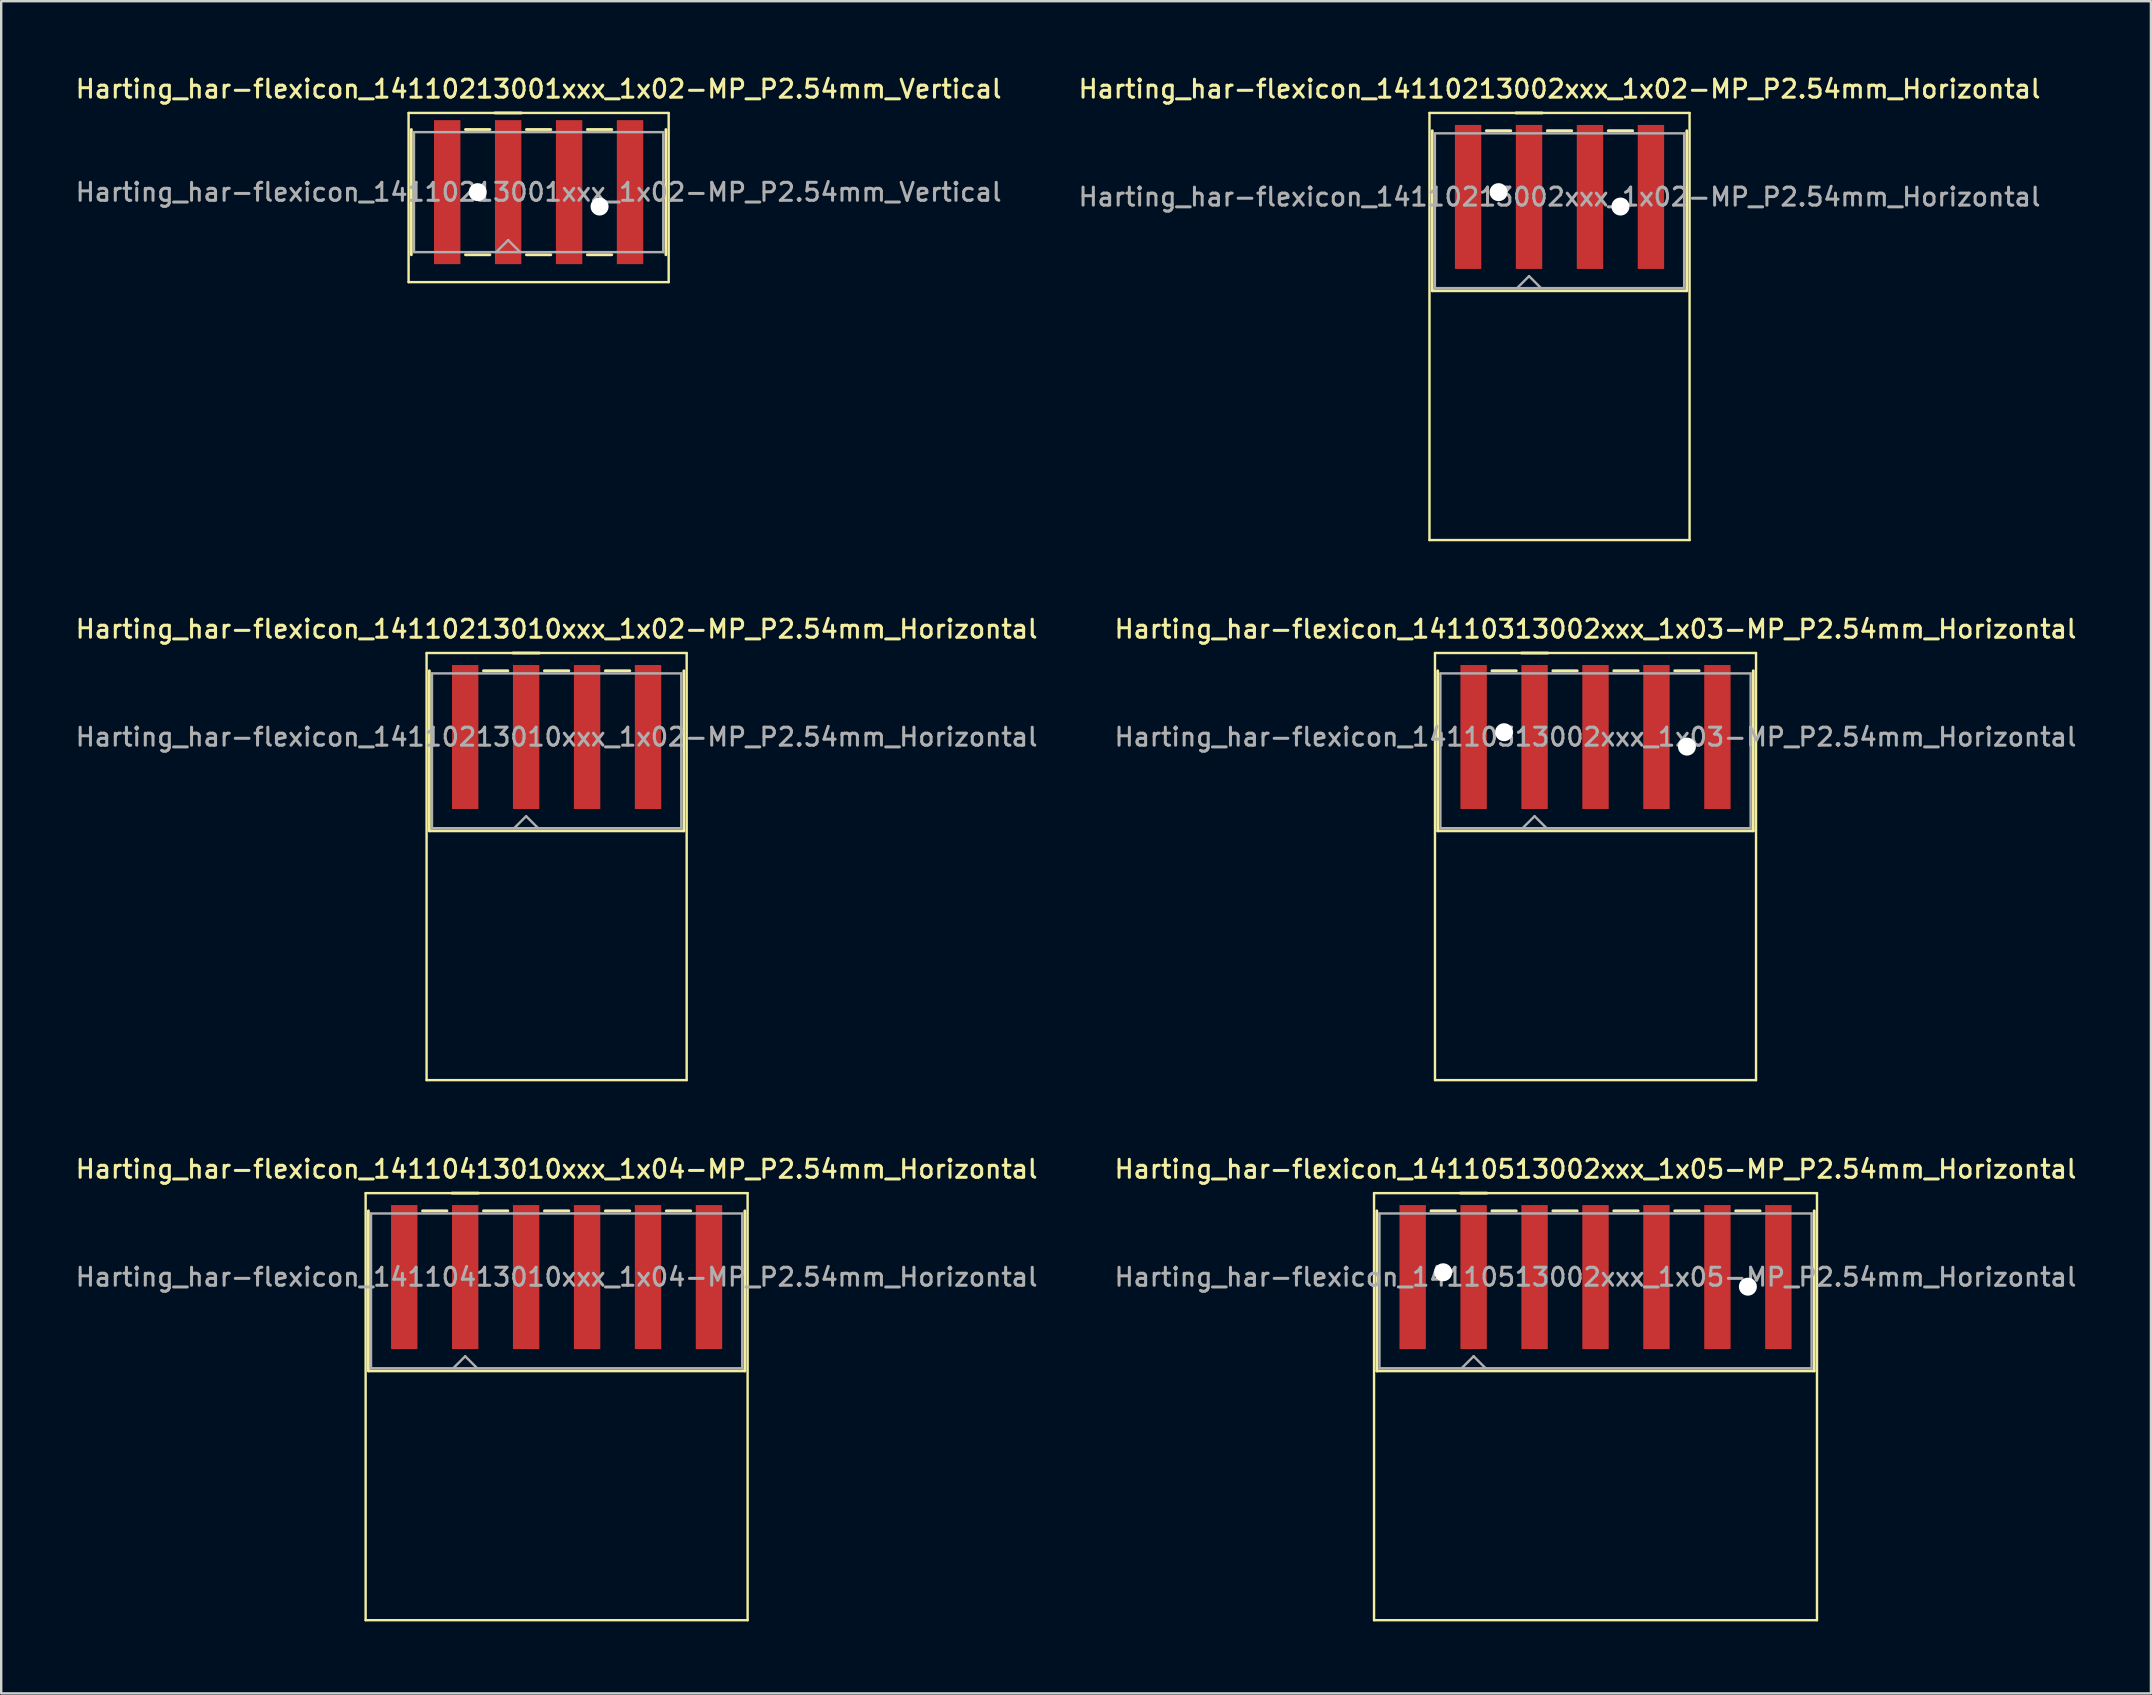
<source format=kicad_pcb>
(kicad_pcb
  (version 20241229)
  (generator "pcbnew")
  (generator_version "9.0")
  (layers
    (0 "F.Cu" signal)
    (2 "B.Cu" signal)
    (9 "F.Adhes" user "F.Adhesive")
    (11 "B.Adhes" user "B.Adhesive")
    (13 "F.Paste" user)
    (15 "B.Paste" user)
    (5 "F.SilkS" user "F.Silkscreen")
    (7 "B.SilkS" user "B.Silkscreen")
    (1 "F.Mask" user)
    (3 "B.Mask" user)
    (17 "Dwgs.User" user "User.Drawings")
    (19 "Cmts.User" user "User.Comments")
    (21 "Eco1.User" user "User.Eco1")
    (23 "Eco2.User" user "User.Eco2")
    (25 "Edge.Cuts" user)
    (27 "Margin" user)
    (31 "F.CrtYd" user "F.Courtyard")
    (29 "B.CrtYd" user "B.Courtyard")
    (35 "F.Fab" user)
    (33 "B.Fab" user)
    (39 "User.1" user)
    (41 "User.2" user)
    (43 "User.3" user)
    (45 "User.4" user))
  (footprint "Harting_har-flexicon_14110313002xxx_1x03-MP_P2.54mm_Horizontal"
    (layer "F.Cu")
    (at 63.445 28.966)
    (property "Reference" "Harting_har-flexicon_14110313002xxx_1x03-MP_P2.54mm_Horizontal" (at 0 -5.8 0) (layer "F.SilkS") (effects (font (size 0.75 0.75) (thickness 0.125))))
    (attr smd)
    (fp_line (start -6.69 -4.8) (end -6.69 13) (stroke (width 0.1) (type solid)) (layer "F.SilkS"))
    (fp_line (start -6.69 13) (end 6.69 13) (stroke (width 0.1) (type solid)) (layer "F.SilkS"))
    (fp_line (start -6.575 -4.06) (end -6.575 2.61) (stroke (width 0.12) (type solid)) (layer "F.SilkS"))
    (fp_line (start -4.318 -4.06) (end -3.302 -4.06) (stroke (width 0.12) (type solid)) (layer "F.SilkS"))
    (fp_line (start -3.09 -4.8) (end -1.99 -4.8) (stroke (width 0.12) (type solid)) (layer "F.SilkS"))
    (fp_line (start -1.778 -4.06) (end -0.762 -4.06) (stroke (width 0.12) (type solid)) (layer "F.SilkS"))
    (fp_line (start 0.762 -4.06) (end 1.778 -4.06) (stroke (width 0.12) (type solid)) (layer "F.SilkS"))
    (fp_line (start 3.302 -4.06) (end 4.318 -4.06) (stroke (width 0.12) (type solid)) (layer "F.SilkS"))
    (fp_line (start 6.575 -4.06) (end 6.575 2.61) (stroke (width 0.12) (type solid)) (layer "F.SilkS"))
    (fp_line (start 6.575 2.61) (end -6.575 2.61) (stroke (width 0.12) (type solid)) (layer "F.SilkS"))
    (fp_line (start 6.69 -4.8) (end -6.69 -4.8) (stroke (width 0.1) (type solid)) (layer "F.SilkS"))
    (fp_line (start 6.69 13) (end 6.69 -4.8) (stroke (width 0.1) (type solid)) (layer "F.SilkS"))
    (fp_line (start -6.465 -3.95) (end -6.465 2.5) (stroke (width 0.1) (type solid)) (layer "F.Fab"))
    (fp_line (start -6.465 2.5) (end 6.465 2.5) (stroke (width 0.1) (type solid)) (layer "F.Fab"))
    (fp_line (start -3.04 2.5) (end -2.54 2) (stroke (width 0.1) (type solid)) (layer "F.Fab"))
    (fp_line (start -2.54 2) (end -2.04 2.5) (stroke (width 0.1) (type solid)) (layer "F.Fab"))
    (fp_line (start 6.465 -3.95) (end -6.465 -3.95) (stroke (width 0.1) (type solid)) (layer "F.Fab"))
    (fp_line (start 6.465 2.5) (end 6.465 -3.95) (stroke (width 0.1) (type solid)) (layer "F.Fab"))
    (fp_text user "${REFERENCE}" (at 0 -1.3 0) (layer "F.Fab") (effects (font (size 0.75 0.75) (thickness 0.125))))
    (pad "" np_thru_hole circle (at -3.81 -1.5) (size 0.75 0.75) (drill 1) (layers "*.Cu" "*.Mask"))
    (pad "" np_thru_hole circle (at 3.81 -0.9) (size 0.75 0.75) (drill 1) (layers "*.Cu" "*.Mask"))
    (pad "1" smd rect (at -2.54 -1.3) (size 1.1 6) (layers "F.Cu" "F.Mask" "F.Paste"))
    (pad "2" smd rect (at 0 -1.3) (size 1.1 6) (layers "F.Cu" "F.Mask" "F.Paste"))
    (pad "3" smd rect (at 2.54 -1.3) (size 1.1 6) (layers "F.Cu" "F.Mask" "F.Paste"))
    (pad "MP" smd rect (at -5.08 -1.3) (size 1.1 6) (layers "F.Cu" "F.Mask" "F.Paste"))
    (pad "MP" smd rect (at 5.08 -1.3) (size 1.1 6) (layers "F.Cu" "F.Mask" "F.Paste")))
  (footprint "Harting_har-flexicon_14110213010xxx_1x02-MP_P2.54mm_Horizontal"
    (layer "F.Cu")
    (at 20.148 28.966)
    (property "Reference" "Harting_har-flexicon_14110213010xxx_1x02-MP_P2.54mm_Horizontal" (at 0 -5.8 0) (layer "F.SilkS") (effects (font (size 0.75 0.75) (thickness 0.125))))
    (attr smd)
    (fp_line (start -5.42 -4.8) (end -5.42 13) (stroke (width 0.1) (type solid)) (layer "F.SilkS"))
    (fp_line (start -5.42 13) (end 5.42 13) (stroke (width 0.1) (type solid)) (layer "F.SilkS"))
    (fp_line (start -5.305 -4.06) (end -5.305 2.61) (stroke (width 0.12) (type solid)) (layer "F.SilkS"))
    (fp_line (start -3.048 -4.06) (end -2.032 -4.06) (stroke (width 0.12) (type solid)) (layer "F.SilkS"))
    (fp_line (start -1.82 -4.8) (end -0.72 -4.8) (stroke (width 0.12) (type solid)) (layer "F.SilkS"))
    (fp_line (start -0.508 -4.06) (end 0.508 -4.06) (stroke (width 0.12) (type solid)) (layer "F.SilkS"))
    (fp_line (start 2.032 -4.06) (end 3.048 -4.06) (stroke (width 0.12) (type solid)) (layer "F.SilkS"))
    (fp_line (start 5.305 -4.06) (end 5.305 2.61) (stroke (width 0.12) (type solid)) (layer "F.SilkS"))
    (fp_line (start 5.305 2.61) (end -5.305 2.61) (stroke (width 0.12) (type solid)) (layer "F.SilkS"))
    (fp_line (start 5.42 -4.8) (end -5.42 -4.8) (stroke (width 0.1) (type solid)) (layer "F.SilkS"))
    (fp_line (start 5.42 13) (end 5.42 -4.8) (stroke (width 0.1) (type solid)) (layer "F.SilkS"))
    (fp_line (start -5.195 -3.95) (end -5.195 2.5) (stroke (width 0.1) (type solid)) (layer "F.Fab"))
    (fp_line (start -5.195 2.5) (end 5.195 2.5) (stroke (width 0.1) (type solid)) (layer "F.Fab"))
    (fp_line (start -1.77 2.5) (end -1.27 2) (stroke (width 0.1) (type solid)) (layer "F.Fab"))
    (fp_line (start -1.27 2) (end -0.77 2.5) (stroke (width 0.1) (type solid)) (layer "F.Fab"))
    (fp_line (start 5.195 -3.95) (end -5.195 -3.95) (stroke (width 0.1) (type solid)) (layer "F.Fab"))
    (fp_line (start 5.195 2.5) (end 5.195 -3.95) (stroke (width 0.1) (type solid)) (layer "F.Fab"))
    (fp_text user "${REFERENCE}" (at 0 -1.3 0) (layer "F.Fab") (effects (font (size 0.75 0.75) (thickness 0.125))))
    (pad "1" smd rect (at -1.27 -1.3) (size 1.1 6) (layers "F.Cu" "F.Mask" "F.Paste"))
    (pad "2" smd rect (at 1.27 -1.3) (size 1.1 6) (layers "F.Cu" "F.Mask" "F.Paste"))
    (pad "MP" smd rect (at -3.81 -1.3) (size 1.1 6) (layers "F.Cu" "F.Mask" "F.Paste"))
    (pad "MP" smd rect (at 3.81 -1.3) (size 1.1 6) (layers "F.Cu" "F.Mask" "F.Paste")))
  (footprint "Harting_har-flexicon_14110213001xxx_1x02-MP_P2.54mm_Vertical"
    (layer "F.Cu")
    (at 19.398 4.958)
    (property "Reference" "Harting_har-flexicon_14110213001xxx_1x02-MP_P2.54mm_Vertical" (at 0 -4.3 0) (layer "F.SilkS") (effects (font (size 0.75 0.75) (thickness 0.125))))
    (attr smd)
    (fp_line (start -5.42 -3.3) (end -5.42 3.75) (stroke (width 0.1) (type solid)) (layer "F.SilkS"))
    (fp_line (start -5.42 3.75) (end 5.42 3.75) (stroke (width 0.1) (type solid)) (layer "F.SilkS"))
    (fp_line (start -5.305 -2.61) (end -5.305 2.61) (stroke (width 0.12) (type solid)) (layer "F.SilkS"))
    (fp_line (start -3.048 -2.61) (end -2.032 -2.61) (stroke (width 0.12) (type solid)) (layer "F.SilkS"))
    (fp_line (start -3.048 2.61) (end -2.032 2.61) (stroke (width 0.12) (type solid)) (layer "F.SilkS"))
    (fp_line (start -1.82 -3.3) (end -0.72 -3.3) (stroke (width 0.12) (type solid)) (layer "F.SilkS"))
    (fp_line (start -0.508 -2.61) (end 0.508 -2.61) (stroke (width 0.12) (type solid)) (layer "F.SilkS"))
    (fp_line (start -0.508 2.61) (end 0.508 2.61) (stroke (width 0.12) (type solid)) (layer "F.SilkS"))
    (fp_line (start 2.032 -2.61) (end 3.048 -2.61) (stroke (width 0.12) (type solid)) (layer "F.SilkS"))
    (fp_line (start 2.032 2.61) (end 3.048 2.61) (stroke (width 0.12) (type solid)) (layer "F.SilkS"))
    (fp_line (start 5.305 -2.61) (end 5.305 2.61) (stroke (width 0.12) (type solid)) (layer "F.SilkS"))
    (fp_line (start 5.42 -3.3) (end -5.42 -3.3) (stroke (width 0.1) (type solid)) (layer "F.SilkS"))
    (fp_line (start 5.42 3.75) (end 5.42 -3.3) (stroke (width 0.1) (type solid)) (layer "F.SilkS"))
    (fp_line (start -5.195 -2.5) (end -5.195 2.5) (stroke (width 0.1) (type solid)) (layer "F.Fab"))
    (fp_line (start -5.195 2.5) (end 5.195 2.5) (stroke (width 0.1) (type solid)) (layer "F.Fab"))
    (fp_line (start -1.77 2.5) (end -1.27 2) (stroke (width 0.1) (type solid)) (layer "F.Fab"))
    (fp_line (start -1.27 2) (end -0.77 2.5) (stroke (width 0.1) (type solid)) (layer "F.Fab"))
    (fp_line (start 5.195 -2.5) (end -5.195 -2.5) (stroke (width 0.1) (type solid)) (layer "F.Fab"))
    (fp_line (start 5.195 2.5) (end 5.195 -2.5) (stroke (width 0.1) (type solid)) (layer "F.Fab"))
    (fp_text user "${REFERENCE}" (at 0 0 0) (layer "F.Fab") (effects (font (size 0.75 0.75) (thickness 0.125))))
    (pad "" np_thru_hole circle (at -2.54 0) (size 0.75 0.75) (drill 1) (layers "*.Cu" "*.Mask"))
    (pad "" np_thru_hole circle (at 2.54 0.6) (size 0.75 0.75) (drill 1) (layers "*.Cu" "*.Mask"))
    (pad "1" smd rect (at -1.27 0) (size 1.1 6) (layers "F.Cu" "F.Mask" "F.Paste"))
    (pad "2" smd rect (at 1.27 0) (size 1.1 6) (layers "F.Cu" "F.Mask" "F.Paste"))
    (pad "MP" smd rect (at -3.81 0) (size 1.1 6) (layers "F.Cu" "F.Mask" "F.Paste"))
    (pad "MP" smd rect (at 3.81 0) (size 1.1 6) (layers "F.Cu" "F.Mask" "F.Paste")))
  (footprint "Harting_har-flexicon_14110513002xxx_1x05-MP_P2.54mm_Horizontal"
    (layer "F.Cu")
    (at 63.445 51.474)
    (property "Reference" "Harting_har-flexicon_14110513002xxx_1x05-MP_P2.54mm_Horizontal" (at 0 -5.8 0) (layer "F.SilkS") (effects (font (size 0.75 0.75) (thickness 0.125))))
    (attr smd)
    (fp_line (start -9.23 -4.8) (end -9.23 13) (stroke (width 0.1) (type solid)) (layer "F.SilkS"))
    (fp_line (start -9.23 13) (end 9.23 13) (stroke (width 0.1) (type solid)) (layer "F.SilkS"))
    (fp_line (start -9.115 -4.06) (end -9.115 2.61) (stroke (width 0.12) (type solid)) (layer "F.SilkS"))
    (fp_line (start -6.858 -4.06) (end -5.842 -4.06) (stroke (width 0.12) (type solid)) (layer "F.SilkS"))
    (fp_line (start -5.63 -4.8) (end -4.53 -4.8) (stroke (width 0.12) (type solid)) (layer "F.SilkS"))
    (fp_line (start -4.318 -4.06) (end -3.302 -4.06) (stroke (width 0.12) (type solid)) (layer "F.SilkS"))
    (fp_line (start -1.778 -4.06) (end -0.762 -4.06) (stroke (width 0.12) (type solid)) (layer "F.SilkS"))
    (fp_line (start 0.762 -4.06) (end 1.778 -4.06) (stroke (width 0.12) (type solid)) (layer "F.SilkS"))
    (fp_line (start 3.302 -4.06) (end 4.318 -4.06) (stroke (width 0.12) (type solid)) (layer "F.SilkS"))
    (fp_line (start 5.842 -4.06) (end 6.858 -4.06) (stroke (width 0.12) (type solid)) (layer "F.SilkS"))
    (fp_line (start 9.115 -4.06) (end 9.115 2.61) (stroke (width 0.12) (type solid)) (layer "F.SilkS"))
    (fp_line (start 9.115 2.61) (end -9.115 2.61) (stroke (width 0.12) (type solid)) (layer "F.SilkS"))
    (fp_line (start 9.23 -4.8) (end -9.23 -4.8) (stroke (width 0.1) (type solid)) (layer "F.SilkS"))
    (fp_line (start 9.23 13) (end 9.23 -4.8) (stroke (width 0.1) (type solid)) (layer "F.SilkS"))
    (fp_line (start -9.005 -3.95) (end -9.005 2.5) (stroke (width 0.1) (type solid)) (layer "F.Fab"))
    (fp_line (start -9.005 2.5) (end 9.005 2.5) (stroke (width 0.1) (type solid)) (layer "F.Fab"))
    (fp_line (start -5.58 2.5) (end -5.08 2) (stroke (width 0.1) (type solid)) (layer "F.Fab"))
    (fp_line (start -5.08 2) (end -4.58 2.5) (stroke (width 0.1) (type solid)) (layer "F.Fab"))
    (fp_line (start 9.005 -3.95) (end -9.005 -3.95) (stroke (width 0.1) (type solid)) (layer "F.Fab"))
    (fp_line (start 9.005 2.5) (end 9.005 -3.95) (stroke (width 0.1) (type solid)) (layer "F.Fab"))
    (fp_text user "${REFERENCE}" (at 0 -1.3 0) (layer "F.Fab") (effects (font (size 0.75 0.75) (thickness 0.125))))
    (pad "" np_thru_hole circle (at -6.35 -1.5) (size 0.75 0.75) (drill 1) (layers "*.Cu" "*.Mask"))
    (pad "" np_thru_hole circle (at 6.35 -0.9) (size 0.75 0.75) (drill 1) (layers "*.Cu" "*.Mask"))
    (pad "1" smd rect (at -5.08 -1.3) (size 1.1 6) (layers "F.Cu" "F.Mask" "F.Paste"))
    (pad "2" smd rect (at -2.54 -1.3) (size 1.1 6) (layers "F.Cu" "F.Mask" "F.Paste"))
    (pad "3" smd rect (at 0 -1.3) (size 1.1 6) (layers "F.Cu" "F.Mask" "F.Paste"))
    (pad "4" smd rect (at 2.54 -1.3) (size 1.1 6) (layers "F.Cu" "F.Mask" "F.Paste"))
    (pad "5" smd rect (at 5.08 -1.3) (size 1.1 6) (layers "F.Cu" "F.Mask" "F.Paste"))
    (pad "MP" smd rect (at -7.62 -1.3) (size 1.1 6) (layers "F.Cu" "F.Mask" "F.Paste"))
    (pad "MP" smd rect (at 7.62 -1.3) (size 1.1 6) (layers "F.Cu" "F.Mask" "F.Paste")))
  (footprint "Harting_har-flexicon_14110413010xxx_1x04-MP_P2.54mm_Horizontal"
    (layer "F.Cu")
    (at 20.148 51.474)
    (property "Reference" "Harting_har-flexicon_14110413010xxx_1x04-MP_P2.54mm_Horizontal" (at 0 -5.8 0) (layer "F.SilkS") (effects (font (size 0.75 0.75) (thickness 0.125))))
    (attr smd)
    (fp_line (start -7.96 -4.8) (end -7.96 13) (stroke (width 0.1) (type solid)) (layer "F.SilkS"))
    (fp_line (start -7.96 13) (end 7.96 13) (stroke (width 0.1) (type solid)) (layer "F.SilkS"))
    (fp_line (start -7.845 -4.06) (end -7.845 2.61) (stroke (width 0.12) (type solid)) (layer "F.SilkS"))
    (fp_line (start -5.588 -4.06) (end -4.572 -4.06) (stroke (width 0.12) (type solid)) (layer "F.SilkS"))
    (fp_line (start -4.36 -4.8) (end -3.26 -4.8) (stroke (width 0.12) (type solid)) (layer "F.SilkS"))
    (fp_line (start -3.048 -4.06) (end -2.032 -4.06) (stroke (width 0.12) (type solid)) (layer "F.SilkS"))
    (fp_line (start -0.508 -4.06) (end 0.508 -4.06) (stroke (width 0.12) (type solid)) (layer "F.SilkS"))
    (fp_line (start 2.032 -4.06) (end 3.048 -4.06) (stroke (width 0.12) (type solid)) (layer "F.SilkS"))
    (fp_line (start 4.572 -4.06) (end 5.588 -4.06) (stroke (width 0.12) (type solid)) (layer "F.SilkS"))
    (fp_line (start 7.845 -4.06) (end 7.845 2.61) (stroke (width 0.12) (type solid)) (layer "F.SilkS"))
    (fp_line (start 7.845 2.61) (end -7.845 2.61) (stroke (width 0.12) (type solid)) (layer "F.SilkS"))
    (fp_line (start 7.96 -4.8) (end -7.96 -4.8) (stroke (width 0.1) (type solid)) (layer "F.SilkS"))
    (fp_line (start 7.96 13) (end 7.96 -4.8) (stroke (width 0.1) (type solid)) (layer "F.SilkS"))
    (fp_line (start -7.735 -3.95) (end -7.735 2.5) (stroke (width 0.1) (type solid)) (layer "F.Fab"))
    (fp_line (start -7.735 2.5) (end 7.735 2.5) (stroke (width 0.1) (type solid)) (layer "F.Fab"))
    (fp_line (start -4.31 2.5) (end -3.81 2) (stroke (width 0.1) (type solid)) (layer "F.Fab"))
    (fp_line (start -3.81 2) (end -3.31 2.5) (stroke (width 0.1) (type solid)) (layer "F.Fab"))
    (fp_line (start 7.735 -3.95) (end -7.735 -3.95) (stroke (width 0.1) (type solid)) (layer "F.Fab"))
    (fp_line (start 7.735 2.5) (end 7.735 -3.95) (stroke (width 0.1) (type solid)) (layer "F.Fab"))
    (fp_text user "${REFERENCE}" (at 0 -1.3 0) (layer "F.Fab") (effects (font (size 0.75 0.75) (thickness 0.125))))
    (pad "1" smd rect (at -3.81 -1.3) (size 1.1 6) (layers "F.Cu" "F.Mask" "F.Paste"))
    (pad "2" smd rect (at -1.27 -1.3) (size 1.1 6) (layers "F.Cu" "F.Mask" "F.Paste"))
    (pad "3" smd rect (at 1.27 -1.3) (size 1.1 6) (layers "F.Cu" "F.Mask" "F.Paste"))
    (pad "4" smd rect (at 3.81 -1.3) (size 1.1 6) (layers "F.Cu" "F.Mask" "F.Paste"))
    (pad "MP" smd rect (at -6.35 -1.3) (size 1.1 6) (layers "F.Cu" "F.Mask" "F.Paste"))
    (pad "MP" smd rect (at 6.35 -1.3) (size 1.1 6) (layers "F.Cu" "F.Mask" "F.Paste")))
  (footprint "Harting_har-flexicon_14110213002xxx_1x02-MP_P2.54mm_Horizontal"
    (layer "F.Cu")
    (at 61.945 6.458)
    (property "Reference" "Harting_har-flexicon_14110213002xxx_1x02-MP_P2.54mm_Horizontal" (at 0 -5.8 0) (layer "F.SilkS") (effects (font (size 0.75 0.75) (thickness 0.125))))
    (attr smd)
    (fp_line (start -5.42 -4.8) (end -5.42 13) (stroke (width 0.1) (type solid)) (layer "F.SilkS"))
    (fp_line (start -5.42 13) (end 5.42 13) (stroke (width 0.1) (type solid)) (layer "F.SilkS"))
    (fp_line (start -5.305 -4.06) (end -5.305 2.61) (stroke (width 0.12) (type solid)) (layer "F.SilkS"))
    (fp_line (start -3.048 -4.06) (end -2.032 -4.06) (stroke (width 0.12) (type solid)) (layer "F.SilkS"))
    (fp_line (start -1.82 -4.8) (end -0.72 -4.8) (stroke (width 0.12) (type solid)) (layer "F.SilkS"))
    (fp_line (start -0.508 -4.06) (end 0.508 -4.06) (stroke (width 0.12) (type solid)) (layer "F.SilkS"))
    (fp_line (start 2.032 -4.06) (end 3.048 -4.06) (stroke (width 0.12) (type solid)) (layer "F.SilkS"))
    (fp_line (start 5.305 -4.06) (end 5.305 2.61) (stroke (width 0.12) (type solid)) (layer "F.SilkS"))
    (fp_line (start 5.305 2.61) (end -5.305 2.61) (stroke (width 0.12) (type solid)) (layer "F.SilkS"))
    (fp_line (start 5.42 -4.8) (end -5.42 -4.8) (stroke (width 0.1) (type solid)) (layer "F.SilkS"))
    (fp_line (start 5.42 13) (end 5.42 -4.8) (stroke (width 0.1) (type solid)) (layer "F.SilkS"))
    (fp_line (start -5.195 -3.95) (end -5.195 2.5) (stroke (width 0.1) (type solid)) (layer "F.Fab"))
    (fp_line (start -5.195 2.5) (end 5.195 2.5) (stroke (width 0.1) (type solid)) (layer "F.Fab"))
    (fp_line (start -1.77 2.5) (end -1.27 2) (stroke (width 0.1) (type solid)) (layer "F.Fab"))
    (fp_line (start -1.27 2) (end -0.77 2.5) (stroke (width 0.1) (type solid)) (layer "F.Fab"))
    (fp_line (start 5.195 -3.95) (end -5.195 -3.95) (stroke (width 0.1) (type solid)) (layer "F.Fab"))
    (fp_line (start 5.195 2.5) (end 5.195 -3.95) (stroke (width 0.1) (type solid)) (layer "F.Fab"))
    (fp_text user "${REFERENCE}" (at 0 -1.3 0) (layer "F.Fab") (effects (font (size 0.75 0.75) (thickness 0.125))))
    (pad "" np_thru_hole circle (at -2.54 -1.5) (size 0.75 0.75) (drill 1) (layers "*.Cu" "*.Mask"))
    (pad "" np_thru_hole circle (at 2.54 -0.9) (size 0.75 0.75) (drill 1) (layers "*.Cu" "*.Mask"))
    (pad "1" smd rect (at -1.27 -1.3) (size 1.1 6) (layers "F.Cu" "F.Mask" "F.Paste"))
    (pad "2" smd rect (at 1.27 -1.3) (size 1.1 6) (layers "F.Cu" "F.Mask" "F.Paste"))
    (pad "MP" smd rect (at -3.81 -1.3) (size 1.1 6) (layers "F.Cu" "F.Mask" "F.Paste"))
    (pad "MP" smd rect (at 3.81 -1.3) (size 1.1 6) (layers "F.Cu" "F.Mask" "F.Paste")))
  (gr_rect
    (start -3 -3)
    (end 86.593 67.524)
    (stroke (width 0.1) (type default))
    (fill no)
    (layer "Edge.Cuts")))
</source>
